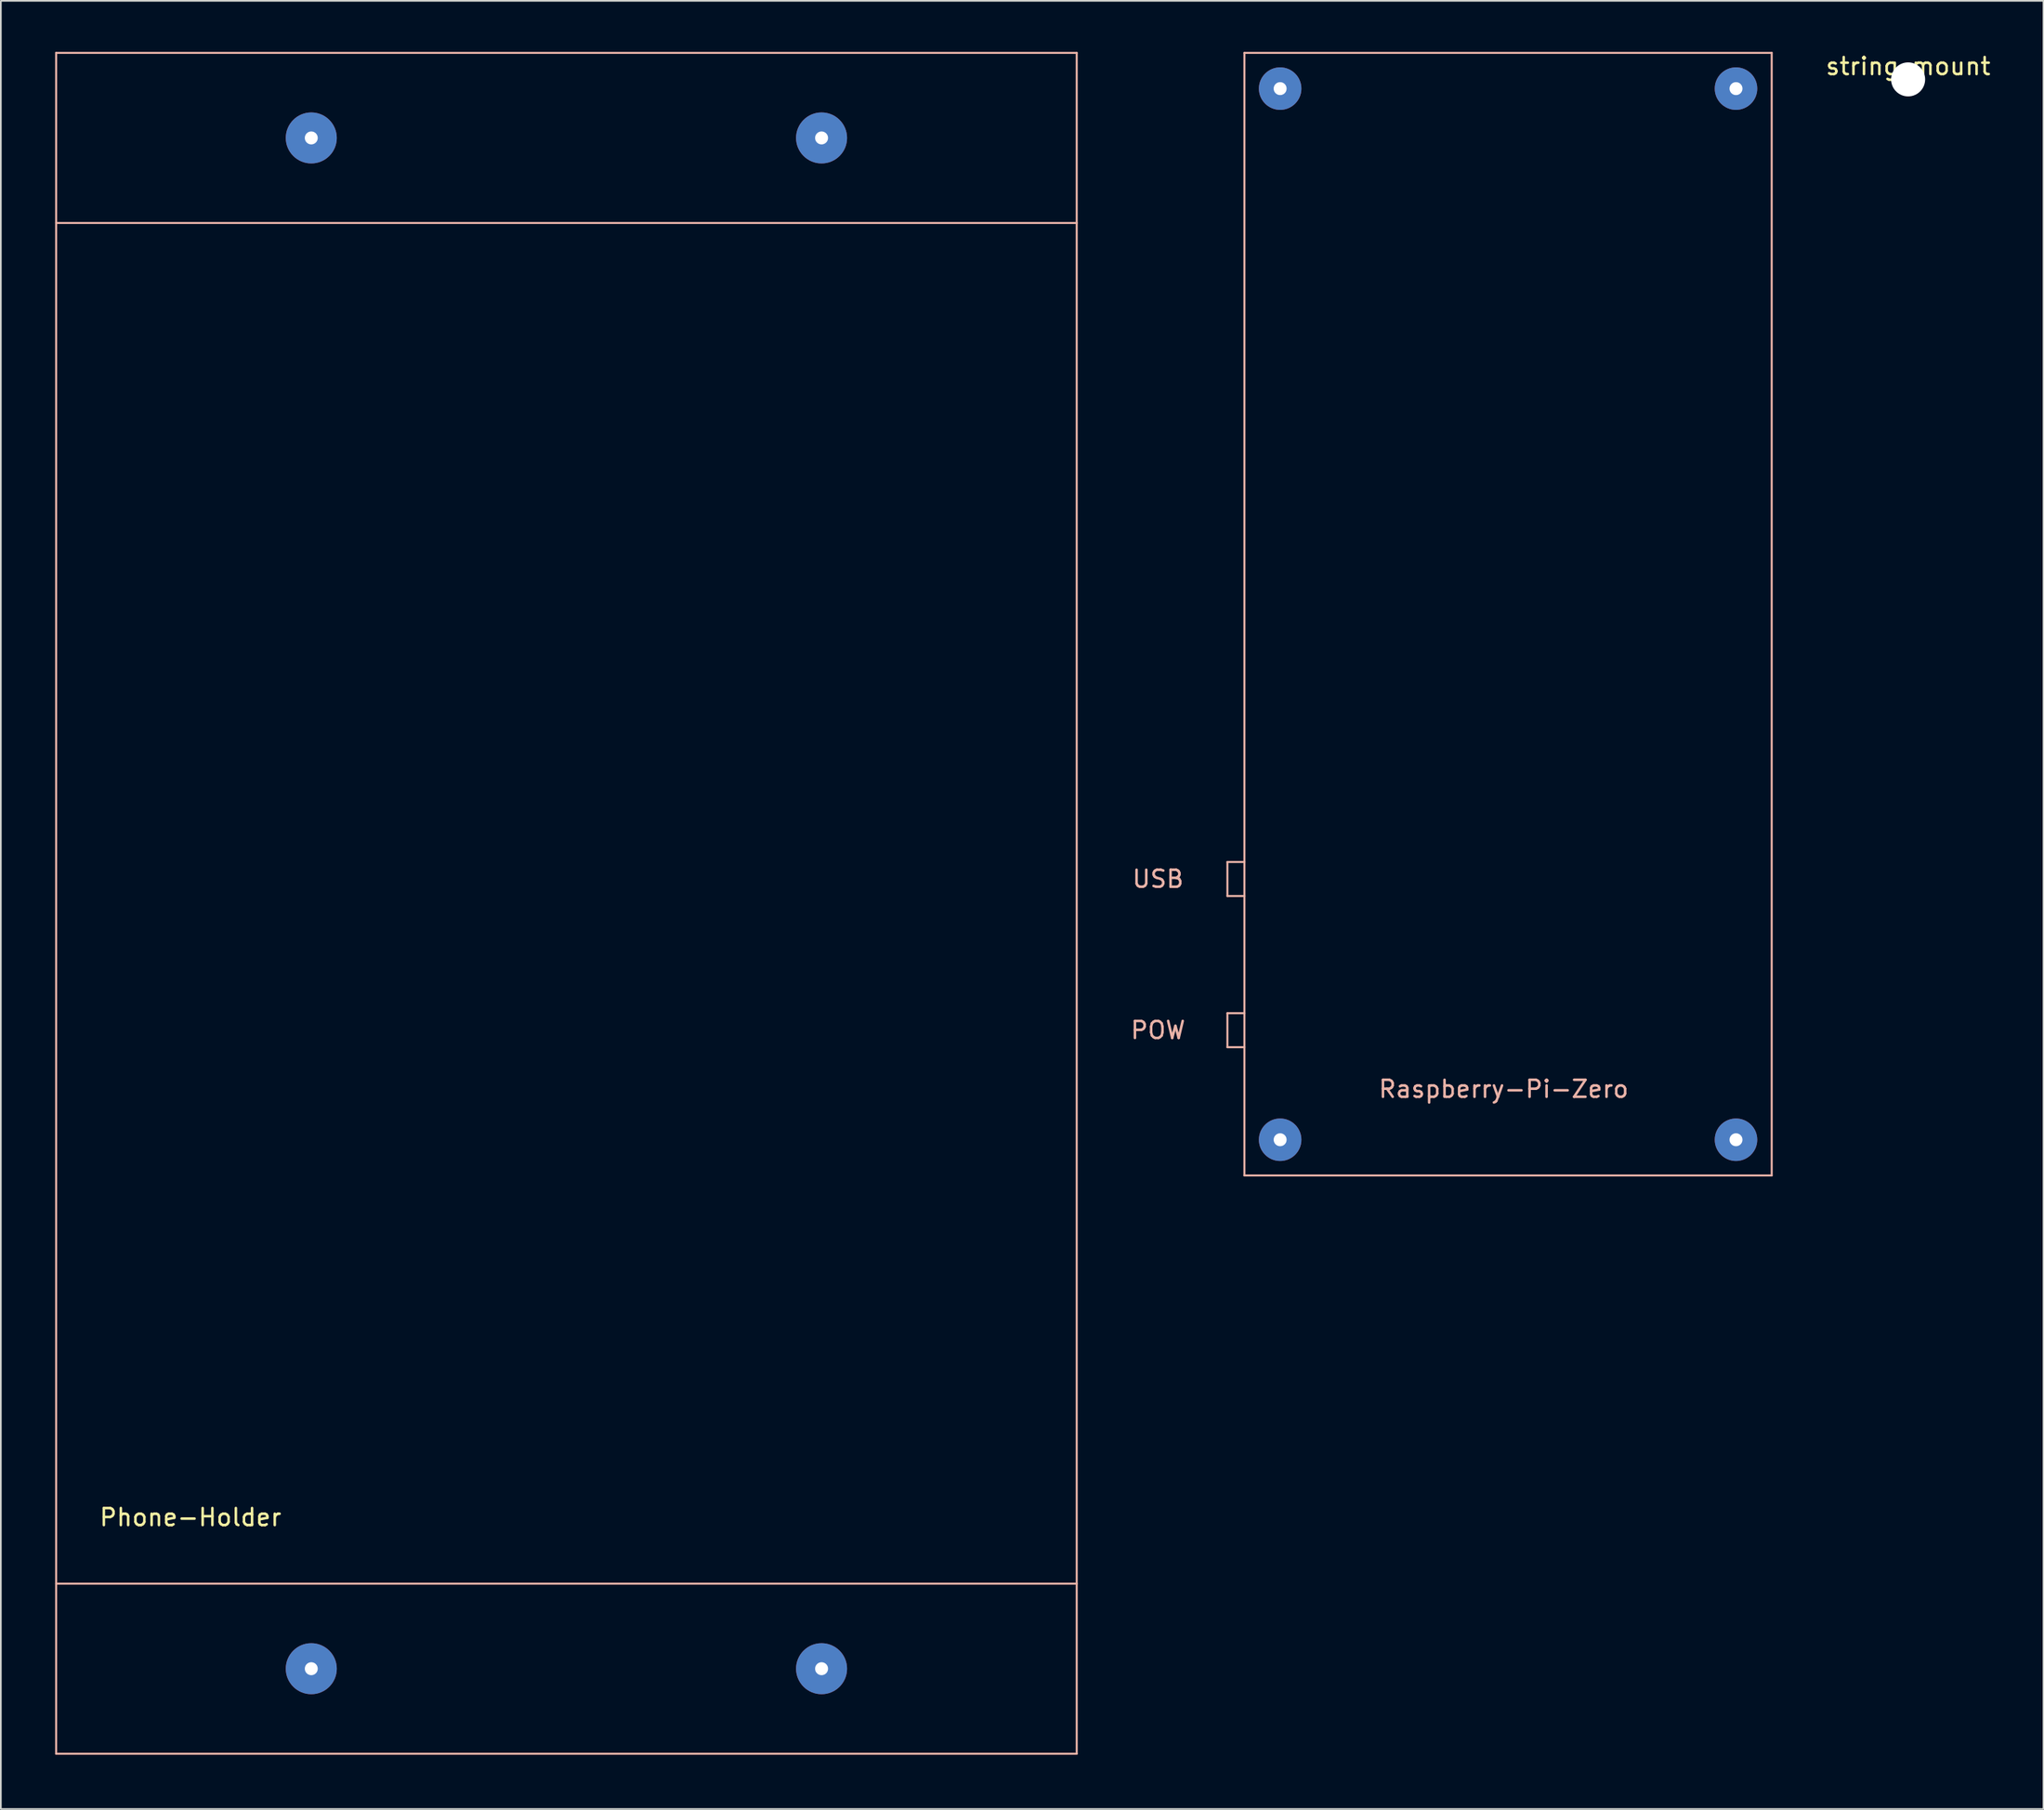
<source format=kicad_pcb>
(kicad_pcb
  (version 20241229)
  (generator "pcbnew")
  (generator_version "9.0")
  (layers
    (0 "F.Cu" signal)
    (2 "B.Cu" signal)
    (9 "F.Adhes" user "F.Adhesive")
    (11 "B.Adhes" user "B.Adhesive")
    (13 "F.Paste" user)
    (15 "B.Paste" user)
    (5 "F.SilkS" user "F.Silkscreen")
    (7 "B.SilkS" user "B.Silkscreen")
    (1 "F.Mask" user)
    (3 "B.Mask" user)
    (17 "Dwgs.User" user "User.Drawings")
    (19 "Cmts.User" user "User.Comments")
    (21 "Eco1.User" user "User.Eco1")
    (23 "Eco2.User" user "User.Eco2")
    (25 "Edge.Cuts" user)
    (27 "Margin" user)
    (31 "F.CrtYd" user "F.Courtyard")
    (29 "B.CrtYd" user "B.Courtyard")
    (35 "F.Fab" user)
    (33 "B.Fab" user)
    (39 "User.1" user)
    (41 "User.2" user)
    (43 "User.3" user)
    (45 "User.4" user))
  (footprint "Raspberry-Pi-Zero"
    (layer "F.Cu")
    (at 70.11 66.06)
    (property "Reference" "Raspberry-Pi-Zero" (at 15.24 -5.08 0) (layer "B.SilkS") (effects (font (size 1 1) (thickness 0.15))))
    (attr through_hole)
    (fp_line (start -1 -18.43) (end 0 -18.43) (stroke (width 0.12) (type solid)) (layer "B.SilkS"))
    (fp_line (start -1 -16.43) (end -1 -18.43) (stroke (width 0.12) (type solid)) (layer "B.SilkS"))
    (fp_line (start -1 -9.54) (end 0 -9.54) (stroke (width 0.12) (type solid)) (layer "B.SilkS"))
    (fp_line (start -1 -7.54) (end -1 -9.54) (stroke (width 0.12) (type solid)) (layer "B.SilkS"))
    (fp_line (start 0 -66) (end 0 0) (stroke (width 0.12) (type solid)) (layer "B.SilkS"))
    (fp_line (start 0 -16.43) (end -1 -16.43) (stroke (width 0.12) (type solid)) (layer "B.SilkS"))
    (fp_line (start 0 -7.54) (end -1 -7.54) (stroke (width 0.12) (type solid)) (layer "B.SilkS"))
    (fp_line (start 0 0) (end 31 0) (stroke (width 0.12) (type solid)) (layer "B.SilkS"))
    (fp_line (start 31 -66) (end 0 -66) (stroke (width 0.12) (type solid)) (layer "B.SilkS"))
    (fp_line (start 31 0) (end 31 -66) (stroke (width 0.12) (type solid)) (layer "B.SilkS"))
    (fp_text user "POW" (at -5.08 -8.54 0) (layer "B.SilkS") (effects (font (size 1 1) (thickness 0.15))))
    (fp_text user "USB" (at -5.08 -17.43 0) (layer "B.SilkS") (effects (font (size 1 1) (thickness 0.15))))
    (pad "1" thru_hole circle (at 2.1 -2.1) (size 2.5 2.5) (drill 0.762) (layers "*.Cu" "*.Mask"))
    (pad "2" thru_hole circle (at 28.9 -2.1) (size 2.5 2.5) (drill 0.762) (layers "*.Cu" "*.Mask"))
    (pad "3" thru_hole circle (at 2.1 -63.9) (size 2.5 2.5) (drill 0.762) (layers "*.Cu" "*.Mask"))
    (pad "4" thru_hole circle (at 28.9 -63.9) (size 2.5 2.5) (drill 0.762) (layers "*.Cu" "*.Mask")))
  (footprint "string_mount"
    (layer "F.Cu")
    (at 109.129 0.348)
    (property "Reference" "string_mount" (at 0 0.5 0) (layer "F.SilkS") (effects (font (size 1 1) (thickness 0.15))))
    (attr through_hole)
    (pad "" np_thru_hole circle (at 0 1.27) (size 2 2) (drill 2) (layers "*.Cu" "*.Mask")))
  (footprint "Phone-Holder"
    (layer "F.Cu")
    (at 0.25 100.06)
    (property "Reference" "Phone-Holder" (at 7.9 -13.9 0) (layer "F.SilkS") (effects (font (size 1 1) (thickness 0.15))))
    (attr through_hole)
    (fp_line (start 0 -100) (end 0 0) (stroke (width 0.12) (type solid)) (layer "B.SilkS"))
    (fp_line (start 0 -90) (end 60 -90) (stroke (width 0.12) (type solid)) (layer "B.SilkS"))
    (fp_line (start 0 -10) (end 60 -10) (stroke (width 0.12) (type solid)) (layer "B.SilkS"))
    (fp_line (start 0 0) (end 60 0) (stroke (width 0.12) (type solid)) (layer "B.SilkS"))
    (fp_line (start 60 -100) (end 0 -100) (stroke (width 0.12) (type solid)) (layer "B.SilkS"))
    (fp_line (start 60 0) (end 60 -100) (stroke (width 0.12) (type solid)) (layer "B.SilkS"))
    (pad "1" thru_hole circle (at 15 -5) (size 3 3) (drill 0.762) (layers "*.Cu" "*.Mask"))
    (pad "2" thru_hole circle (at 45 -5) (size 3 3) (drill 0.762) (layers "*.Cu" "*.Mask"))
    (pad "3" thru_hole circle (at 45 -95) (size 3 3) (drill 0.762) (layers "*.Cu" "*.Mask"))
    (pad "4" thru_hole circle (at 15 -95) (size 3 3) (drill 0.762) (layers "*.Cu" "*.Mask")))
  (gr_rect
    (start -3 -3)
    (end 117.087 103.31)
    (stroke (width 0.1) (type default))
    (fill no)
    (layer "Edge.Cuts")))
</source>
